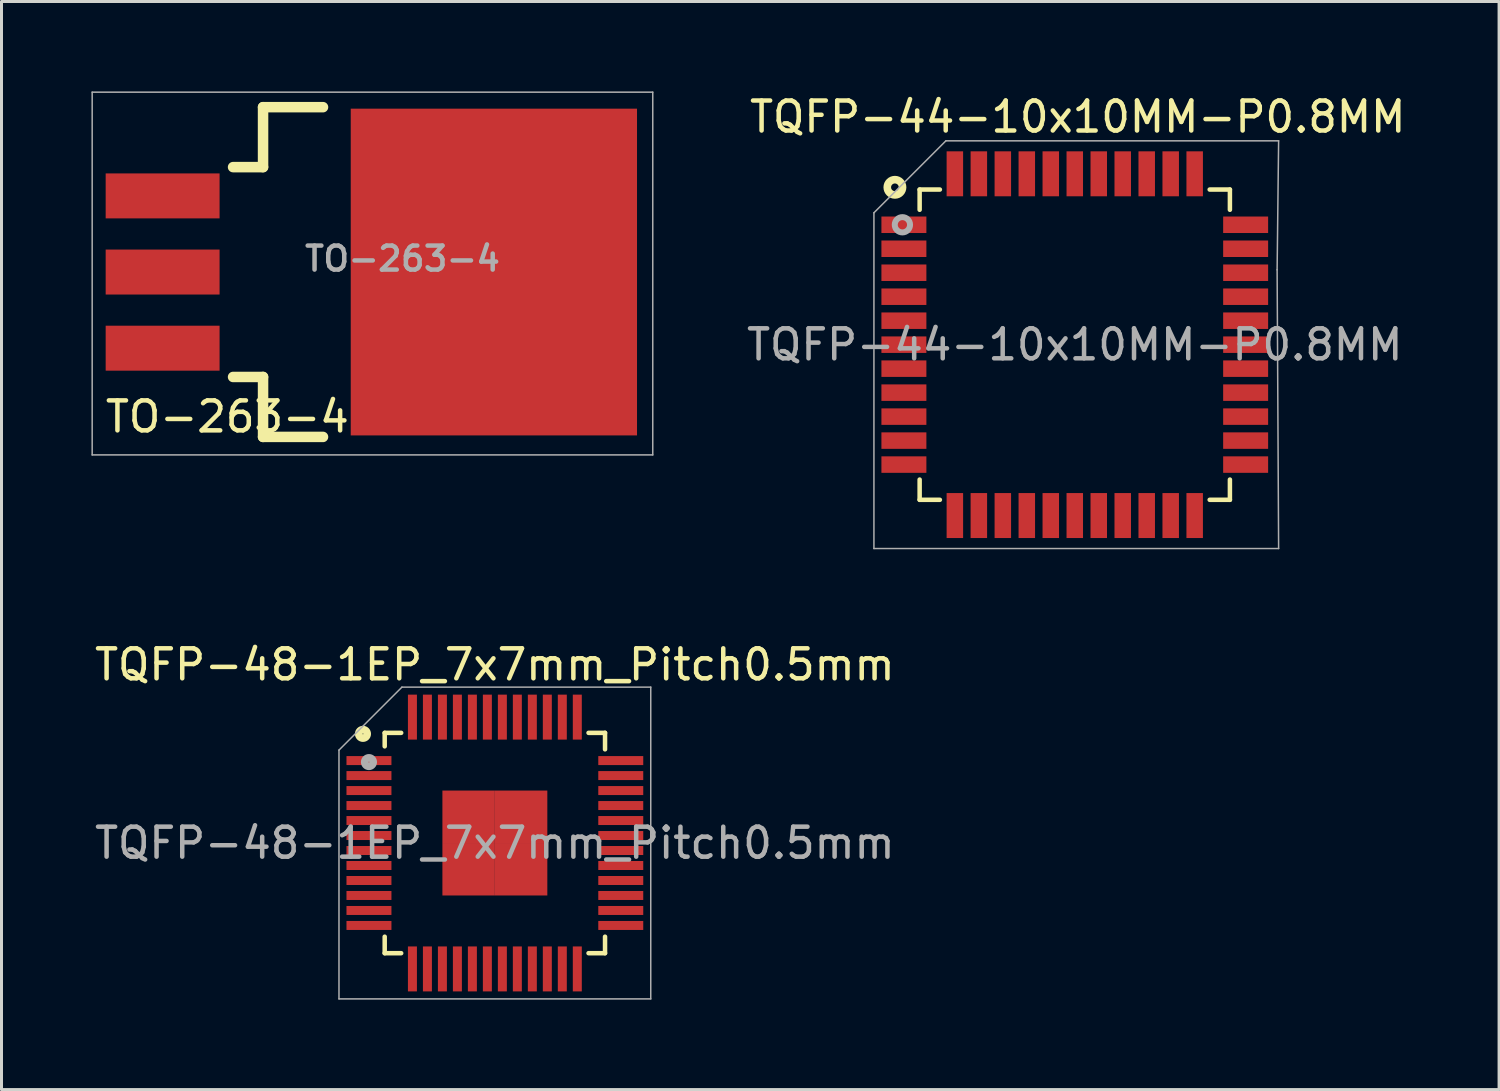
<source format=kicad_pcb>
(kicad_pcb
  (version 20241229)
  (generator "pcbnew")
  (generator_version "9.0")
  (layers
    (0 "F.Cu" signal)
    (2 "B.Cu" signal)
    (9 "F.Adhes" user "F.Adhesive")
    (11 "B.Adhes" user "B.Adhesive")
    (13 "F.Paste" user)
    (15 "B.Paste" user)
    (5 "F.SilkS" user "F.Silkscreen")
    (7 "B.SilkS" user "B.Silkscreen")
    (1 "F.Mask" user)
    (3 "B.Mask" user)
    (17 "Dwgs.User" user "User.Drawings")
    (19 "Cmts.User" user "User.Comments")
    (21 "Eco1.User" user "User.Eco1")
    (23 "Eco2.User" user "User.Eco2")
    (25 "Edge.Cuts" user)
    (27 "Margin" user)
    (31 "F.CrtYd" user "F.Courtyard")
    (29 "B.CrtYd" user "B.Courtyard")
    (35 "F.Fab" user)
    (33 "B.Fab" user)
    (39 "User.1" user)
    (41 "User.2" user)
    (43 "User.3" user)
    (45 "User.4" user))
  (footprint "TQFP-44-10x10MM-P0.8MM"
    (layer "F.Cu")
    (at 32.803 8.448)
    (property "Reference" "TQFP-44-10x10MM-P0.8MM" (at 0 0 0) (layer "F.Fab") (effects (font (size 1 1) (thickness 0.15))))
    (attr smd)
    (fp_line (start -5.175 -5.175) (end -5.175 -4.5) (stroke (width 0.15) (type solid)) (layer "F.SilkS"))
    (fp_line (start -5.175 -5.175) (end -4.5 -5.175) (stroke (width 0.15) (type solid)) (layer "F.SilkS"))
    (fp_line (start -5.175 5.175) (end -5.175 4.5) (stroke (width 0.15) (type solid)) (layer "F.SilkS"))
    (fp_line (start -5.175 5.175) (end -4.5 5.175) (stroke (width 0.15) (type solid)) (layer "F.SilkS"))
    (fp_line (start 5.175 -5.175) (end 4.5 -5.175) (stroke (width 0.15) (type solid)) (layer "F.SilkS"))
    (fp_line (start 5.175 -5.175) (end 5.175 -4.5) (stroke (width 0.15) (type solid)) (layer "F.SilkS"))
    (fp_line (start 5.175 5.175) (end 4.5 5.175) (stroke (width 0.15) (type solid)) (layer "F.SilkS"))
    (fp_line (start 5.175 5.175) (end 5.175 4.5) (stroke (width 0.15) (type solid)) (layer "F.SilkS"))
    (fp_circle (center -6 -5.25) (end -5.95 -5) (stroke (width 0.254) (type solid)) (fill no) (layer "F.SilkS"))
    (fp_line (start -6.7 6.8) (end -6.7 -4.4) (stroke (width 0.05) (type solid)) (layer "F.Fab"))
    (fp_line (start -4.3 -6.8) (end -6.7 -4.4) (stroke (width 0.05) (type solid)) (layer "F.Fab"))
    (fp_line (start -4.3 -6.8) (end 6.8 -6.8) (stroke (width 0.05) (type solid)) (layer "F.Fab"))
    (fp_line (start 6.75 -2.5) (end 6.8 6.8) (stroke (width 0.05) (type solid)) (layer "F.Fab"))
    (fp_line (start 6.8 -6.8) (end 6.75 -2.5) (stroke (width 0.05) (type solid)) (layer "F.Fab"))
    (fp_line (start 6.8 6.8) (end -6.7 6.8) (stroke (width 0.05) (type solid)) (layer "F.Fab"))
    (fp_circle (center -5.75 -4) (end -5.7 -3.75) (stroke (width 0.2) (type solid)) (fill no) (layer "F.Fab"))
    (fp_text user "${REFERENCE}" (at 0.1 -7.6 0) (layer "F.SilkS") (effects (font (size 1 1) (thickness 0.15))))
    (pad "1" smd rect (at -5.7 -4) (size 1.5 0.55) (layers "F.Cu" "F.Mask" "F.Paste"))
    (pad "2" smd rect (at -5.7 -3.2) (size 1.5 0.55) (layers "F.Cu" "F.Mask" "F.Paste"))
    (pad "3" smd rect (at -5.7 -2.4) (size 1.5 0.55) (layers "F.Cu" "F.Mask" "F.Paste"))
    (pad "4" smd rect (at -5.7 -1.6) (size 1.5 0.55) (layers "F.Cu" "F.Mask" "F.Paste"))
    (pad "5" smd rect (at -5.7 -0.8) (size 1.5 0.55) (layers "F.Cu" "F.Mask" "F.Paste"))
    (pad "6" smd rect (at -5.7 0) (size 1.5 0.55) (layers "F.Cu" "F.Mask" "F.Paste"))
    (pad "7" smd rect (at -5.7 0.8) (size 1.5 0.55) (layers "F.Cu" "F.Mask" "F.Paste"))
    (pad "8" smd rect (at -5.7 1.6) (size 1.5 0.55) (layers "F.Cu" "F.Mask" "F.Paste"))
    (pad "9" smd rect (at -5.7 2.4) (size 1.5 0.55) (layers "F.Cu" "F.Mask" "F.Paste"))
    (pad "10" smd rect (at -5.7 3.2) (size 1.5 0.55) (layers "F.Cu" "F.Mask" "F.Paste"))
    (pad "11" smd rect (at -5.7 4) (size 1.5 0.55) (layers "F.Cu" "F.Mask" "F.Paste"))
    (pad "12" smd rect (at -4 5.7 90) (size 1.5 0.55) (layers "F.Cu" "F.Mask" "F.Paste"))
    (pad "13" smd rect (at -3.2 5.7 90) (size 1.5 0.55) (layers "F.Cu" "F.Mask" "F.Paste"))
    (pad "14" smd rect (at -2.4 5.7 90) (size 1.5 0.55) (layers "F.Cu" "F.Mask" "F.Paste"))
    (pad "15" smd rect (at -1.6 5.7 90) (size 1.5 0.55) (layers "F.Cu" "F.Mask" "F.Paste"))
    (pad "16" smd rect (at -0.8 5.7 90) (size 1.5 0.55) (layers "F.Cu" "F.Mask" "F.Paste"))
    (pad "17" smd rect (at 0 5.7 90) (size 1.5 0.55) (layers "F.Cu" "F.Mask" "F.Paste"))
    (pad "18" smd rect (at 0.8 5.7 90) (size 1.5 0.55) (layers "F.Cu" "F.Mask" "F.Paste"))
    (pad "19" smd rect (at 1.6 5.7 90) (size 1.5 0.55) (layers "F.Cu" "F.Mask" "F.Paste"))
    (pad "20" smd rect (at 2.4 5.7 90) (size 1.5 0.55) (layers "F.Cu" "F.Mask" "F.Paste"))
    (pad "21" smd rect (at 3.2 5.7 90) (size 1.5 0.55) (layers "F.Cu" "F.Mask" "F.Paste"))
    (pad "22" smd rect (at 4 5.7 90) (size 1.5 0.55) (layers "F.Cu" "F.Mask" "F.Paste"))
    (pad "23" smd rect (at 5.7 4) (size 1.5 0.55) (layers "F.Cu" "F.Mask" "F.Paste"))
    (pad "24" smd rect (at 5.7 3.2) (size 1.5 0.55) (layers "F.Cu" "F.Mask" "F.Paste"))
    (pad "25" smd rect (at 5.7 2.4) (size 1.5 0.55) (layers "F.Cu" "F.Mask" "F.Paste"))
    (pad "26" smd rect (at 5.7 1.6) (size 1.5 0.55) (layers "F.Cu" "F.Mask" "F.Paste"))
    (pad "27" smd rect (at 5.7 0.8) (size 1.5 0.55) (layers "F.Cu" "F.Mask" "F.Paste"))
    (pad "28" smd rect (at 5.7 0) (size 1.5 0.55) (layers "F.Cu" "F.Mask" "F.Paste"))
    (pad "29" smd rect (at 5.7 -0.8) (size 1.5 0.55) (layers "F.Cu" "F.Mask" "F.Paste"))
    (pad "30" smd rect (at 5.7 -1.6) (size 1.5 0.55) (layers "F.Cu" "F.Mask" "F.Paste"))
    (pad "31" smd rect (at 5.7 -2.4) (size 1.5 0.55) (layers "F.Cu" "F.Mask" "F.Paste"))
    (pad "32" smd rect (at 5.7 -3.2) (size 1.5 0.55) (layers "F.Cu" "F.Mask" "F.Paste"))
    (pad "33" smd rect (at 5.7 -4) (size 1.5 0.55) (layers "F.Cu" "F.Mask" "F.Paste"))
    (pad "34" smd rect (at 4 -5.7 90) (size 1.5 0.55) (layers "F.Cu" "F.Mask" "F.Paste"))
    (pad "35" smd rect (at 3.2 -5.7 90) (size 1.5 0.55) (layers "F.Cu" "F.Mask" "F.Paste"))
    (pad "36" smd rect (at 2.4 -5.7 90) (size 1.5 0.55) (layers "F.Cu" "F.Mask" "F.Paste"))
    (pad "37" smd rect (at 1.6 -5.7 90) (size 1.5 0.55) (layers "F.Cu" "F.Mask" "F.Paste"))
    (pad "38" smd rect (at 0.8 -5.7 90) (size 1.5 0.55) (layers "F.Cu" "F.Mask" "F.Paste"))
    (pad "39" smd rect (at 0 -5.7 90) (size 1.5 0.55) (layers "F.Cu" "F.Mask" "F.Paste"))
    (pad "40" smd rect (at -0.8 -5.7 90) (size 1.5 0.55) (layers "F.Cu" "F.Mask" "F.Paste"))
    (pad "41" smd rect (at -1.6 -5.7 90) (size 1.5 0.55) (layers "F.Cu" "F.Mask" "F.Paste"))
    (pad "42" smd rect (at -2.4 -5.7 90) (size 1.5 0.55) (layers "F.Cu" "F.Mask" "F.Paste"))
    (pad "43" smd rect (at -3.2 -5.7 90) (size 1.5 0.55) (layers "F.Cu" "F.Mask" "F.Paste"))
    (pad "44" smd rect (at -4 -5.7 90) (size 1.5 0.55) (layers "F.Cu" "F.Mask" "F.Paste")))
  (footprint "TQFP-48-1EP_7x7mm_Pitch0.5mm"
    (layer "F.Cu")
    (at 13.458 25.072)
    (property "Reference" "TQFP-48-1EP_7x7mm_Pitch0.5mm" (at 0 -5.95 0) (layer "F.SilkS") (effects (font (size 1 1) (thickness 0.15))))
    (attr smd)
    (fp_line (start -3.675 -3.675) (end -3.675 -3.225) (stroke (width 0.15) (type solid)) (layer "F.SilkS"))
    (fp_line (start -3.675 -3.675) (end -3.125 -3.675) (stroke (width 0.15) (type solid)) (layer "F.SilkS"))
    (fp_line (start -3.675 3.675) (end -3.675 3.125) (stroke (width 0.15) (type solid)) (layer "F.SilkS"))
    (fp_line (start -3.675 3.675) (end -3.125 3.675) (stroke (width 0.15) (type solid)) (layer "F.SilkS"))
    (fp_line (start 3.675 -3.675) (end 3.125 -3.675) (stroke (width 0.15) (type solid)) (layer "F.SilkS"))
    (fp_line (start 3.675 -3.675) (end 3.675 -3.125) (stroke (width 0.15) (type solid)) (layer "F.SilkS"))
    (fp_line (start 3.675 3.675) (end 3.125 3.675) (stroke (width 0.15) (type solid)) (layer "F.SilkS"))
    (fp_line (start 3.675 3.675) (end 3.675 3.125) (stroke (width 0.15) (type solid)) (layer "F.SilkS"))
    (fp_circle (center -4.4 -3.641) (end -4.3 -3.541) (stroke (width 0.254) (type solid)) (fill no) (layer "F.SilkS"))
    (fp_line (start -5.2 -3.1) (end -5.2 5.2) (stroke (width 0.05) (type solid)) (layer "F.Fab"))
    (fp_line (start -5.2 5.2) (end 5.2 5.2) (stroke (width 0.05) (type solid)) (layer "F.Fab"))
    (fp_line (start -3.1 -5.2) (end -5.2 -3.1) (stroke (width 0.05) (type solid)) (layer "F.Fab"))
    (fp_line (start -3.1 -5.2) (end 5.2 -5.2) (stroke (width 0.05) (type solid)) (layer "F.Fab"))
    (fp_line (start 5.2 -5.2) (end 5.2 5.2) (stroke (width 0.05) (type solid)) (layer "F.Fab"))
    (fp_circle (center -4.2 -2.7) (end -4.1 -2.6) (stroke (width 0.254) (type solid)) (fill no) (layer "F.Fab"))
    (fp_text user "${REFERENCE}" (at 0 0 0) (layer "F.Fab") (effects (font (size 1 1) (thickness 0.15))))
    (pad "1" smd rect (at -4.2 -2.75) (size 1.5 0.3) (layers "F.Cu" "F.Mask" "F.Paste"))
    (pad "2" smd rect (at -4.2 -2.25) (size 1.5 0.3) (layers "F.Cu" "F.Mask" "F.Paste"))
    (pad "3" smd rect (at -4.2 -1.75) (size 1.5 0.3) (layers "F.Cu" "F.Mask" "F.Paste"))
    (pad "4" smd rect (at -4.2 -1.25) (size 1.5 0.3) (layers "F.Cu" "F.Mask" "F.Paste"))
    (pad "5" smd rect (at -4.2 -0.75) (size 1.5 0.3) (layers "F.Cu" "F.Mask" "F.Paste"))
    (pad "6" smd rect (at -4.2 -0.25) (size 1.5 0.3) (layers "F.Cu" "F.Mask" "F.Paste"))
    (pad "7" smd rect (at -4.2 0.25) (size 1.5 0.3) (layers "F.Cu" "F.Mask" "F.Paste"))
    (pad "8" smd rect (at -4.2 0.75) (size 1.5 0.3) (layers "F.Cu" "F.Mask" "F.Paste"))
    (pad "9" smd rect (at -4.2 1.25) (size 1.5 0.3) (layers "F.Cu" "F.Mask" "F.Paste"))
    (pad "10" smd rect (at -4.2 1.75) (size 1.5 0.3) (layers "F.Cu" "F.Mask" "F.Paste"))
    (pad "11" smd rect (at -4.2 2.25) (size 1.5 0.3) (layers "F.Cu" "F.Mask" "F.Paste"))
    (pad "12" smd rect (at -4.2 2.75) (size 1.5 0.3) (layers "F.Cu" "F.Mask" "F.Paste"))
    (pad "13" smd rect (at -2.75 4.2 90) (size 1.5 0.3) (layers "F.Cu" "F.Mask" "F.Paste"))
    (pad "14" smd rect (at -2.25 4.2 90) (size 1.5 0.3) (layers "F.Cu" "F.Mask" "F.Paste"))
    (pad "15" smd rect (at -1.75 4.2 90) (size 1.5 0.3) (layers "F.Cu" "F.Mask" "F.Paste"))
    (pad "16" smd rect (at -1.25 4.2 90) (size 1.5 0.3) (layers "F.Cu" "F.Mask" "F.Paste"))
    (pad "17" smd rect (at -0.75 4.2 90) (size 1.5 0.3) (layers "F.Cu" "F.Mask" "F.Paste"))
    (pad "18" smd rect (at -0.25 4.2 90) (size 1.5 0.3) (layers "F.Cu" "F.Mask" "F.Paste"))
    (pad "19" smd rect (at 0.25 4.2 90) (size 1.5 0.3) (layers "F.Cu" "F.Mask" "F.Paste"))
    (pad "20" smd rect (at 0.75 4.2 90) (size 1.5 0.3) (layers "F.Cu" "F.Mask" "F.Paste"))
    (pad "21" smd rect (at 1.25 4.2 90) (size 1.5 0.3) (layers "F.Cu" "F.Mask" "F.Paste"))
    (pad "22" smd rect (at 1.75 4.2 90) (size 1.5 0.3) (layers "F.Cu" "F.Mask" "F.Paste"))
    (pad "23" smd rect (at 2.25 4.2 90) (size 1.5 0.3) (layers "F.Cu" "F.Mask" "F.Paste"))
    (pad "24" smd rect (at 2.75 4.2 90) (size 1.5 0.3) (layers "F.Cu" "F.Mask" "F.Paste"))
    (pad "25" smd rect (at 4.2 2.75) (size 1.5 0.3) (layers "F.Cu" "F.Mask" "F.Paste"))
    (pad "26" smd rect (at 4.2 2.25) (size 1.5 0.3) (layers "F.Cu" "F.Mask" "F.Paste"))
    (pad "27" smd rect (at 4.2 1.75) (size 1.5 0.3) (layers "F.Cu" "F.Mask" "F.Paste"))
    (pad "28" smd rect (at 4.2 1.25) (size 1.5 0.3) (layers "F.Cu" "F.Mask" "F.Paste"))
    (pad "29" smd rect (at 4.2 0.75) (size 1.5 0.3) (layers "F.Cu" "F.Mask" "F.Paste"))
    (pad "30" smd rect (at 4.2 0.25) (size 1.5 0.3) (layers "F.Cu" "F.Mask" "F.Paste"))
    (pad "31" smd rect (at 4.2 -0.25) (size 1.5 0.3) (layers "F.Cu" "F.Mask" "F.Paste"))
    (pad "32" smd rect (at 4.2 -0.75) (size 1.5 0.3) (layers "F.Cu" "F.Mask" "F.Paste"))
    (pad "33" smd rect (at 4.2 -1.25) (size 1.5 0.3) (layers "F.Cu" "F.Mask" "F.Paste"))
    (pad "34" smd rect (at 4.2 -1.75) (size 1.5 0.3) (layers "F.Cu" "F.Mask" "F.Paste"))
    (pad "35" smd rect (at 4.2 -2.25) (size 1.5 0.3) (layers "F.Cu" "F.Mask" "F.Paste"))
    (pad "36" smd rect (at 4.2 -2.75) (size 1.5 0.3) (layers "F.Cu" "F.Mask" "F.Paste"))
    (pad "37" smd rect (at 2.75 -4.2 90) (size 1.5 0.3) (layers "F.Cu" "F.Mask" "F.Paste"))
    (pad "38" smd rect (at 2.25 -4.2 90) (size 1.5 0.3) (layers "F.Cu" "F.Mask" "F.Paste"))
    (pad "39" smd rect (at 1.75 -4.2 90) (size 1.5 0.3) (layers "F.Cu" "F.Mask" "F.Paste"))
    (pad "40" smd rect (at 1.25 -4.2 90) (size 1.5 0.3) (layers "F.Cu" "F.Mask" "F.Paste"))
    (pad "41" smd rect (at 0.75 -4.2 90) (size 1.5 0.3) (layers "F.Cu" "F.Mask" "F.Paste"))
    (pad "42" smd rect (at 0.25 -4.2 90) (size 1.5 0.3) (layers "F.Cu" "F.Mask" "F.Paste"))
    (pad "43" smd rect (at -0.25 -4.2 90) (size 1.5 0.3) (layers "F.Cu" "F.Mask" "F.Paste"))
    (pad "44" smd rect (at -0.75 -4.2 90) (size 1.5 0.3) (layers "F.Cu" "F.Mask" "F.Paste"))
    (pad "45" smd rect (at -1.25 -4.2 90) (size 1.5 0.3) (layers "F.Cu" "F.Mask" "F.Paste"))
    (pad "46" smd rect (at -1.75 -4.2 90) (size 1.5 0.3) (layers "F.Cu" "F.Mask" "F.Paste"))
    (pad "47" smd rect (at -2.25 -4.2 90) (size 1.5 0.3) (layers "F.Cu" "F.Mask" "F.Paste"))
    (pad "48" smd rect (at -2.75 -4.2 90) (size 1.5 0.3) (layers "F.Cu" "F.Mask" "F.Paste"))
    (pad "49" smd rect (at -0.875 -0.875) (size 1.75 1.75) (layers "F.Cu" "F.Mask" "F.Paste"))
    (pad "49" smd rect (at -0.875 0.875) (size 1.75 1.75) (layers "F.Cu" "F.Mask" "F.Paste"))
    (pad "49" smd rect (at 0.875 -0.875) (size 1.75 1.75) (layers "F.Cu" "F.Mask" "F.Paste"))
    (pad "49" smd rect (at 0.875 0.875) (size 1.75 1.75) (layers "F.Cu" "F.Mask" "F.Paste")))
  (footprint "TO-263-4"
    (layer "F.Cu")
    (at 8.725 6.025)
    (property "Reference" "TO-263-4" (at 1.651 -0.445 0) (layer "F.Fab") (effects (font (size 0.8 0.8) (thickness 0.15))))
    (attr smd)
    (fp_line (start -3 -5.5) (end -3 -3.5) (stroke (width 0.35) (type solid)) (layer "F.SilkS"))
    (fp_line (start -3 -3.5) (end -4 -3.5) (stroke (width 0.35) (type solid)) (layer "F.SilkS"))
    (fp_line (start -3 3.5) (end -4 3.5) (stroke (width 0.35) (type solid)) (layer "F.SilkS"))
    (fp_line (start -3 5.5) (end -3 3.5) (stroke (width 0.35) (type solid)) (layer "F.SilkS"))
    (fp_line (start -1 -5.5) (end -3 -5.5) (stroke (width 0.35) (type solid)) (layer "F.SilkS"))
    (fp_line (start -1 5.5) (end -3 5.5) (stroke (width 0.35) (type solid)) (layer "F.SilkS"))
    (fp_line (start -8.7 -6) (end -8.7 6.1) (stroke (width 0.05) (type solid)) (layer "F.Fab"))
    (fp_line (start -8.7 6.1) (end 10 6.1) (stroke (width 0.05) (type solid)) (layer "F.Fab"))
    (fp_line (start 10 -6) (end -8.7 -6) (stroke (width 0.05) (type solid)) (layer "F.Fab"))
    (fp_line (start 10 6.1) (end 10 -6) (stroke (width 0.05) (type solid)) (layer "F.Fab"))
    (fp_text user "${REFERENCE}" (at -4.191 4.826 180) (layer "F.SilkS") (effects (font (size 1 1) (thickness 0.15))))
    (pad "" smd rect (at 1.5 -3 180) (size 2.3 2.3) (layers "F.Paste"))
    (pad "" smd rect (at 1.5 0 180) (size 2.3 2.3) (layers "F.Paste"))
    (pad "" smd rect (at 1.5 3 180) (size 2.3 2.3) (layers "F.Paste"))
    (pad "" smd rect (at 5 -3 180) (size 2.3 2.3) (layers "F.Paste"))
    (pad "" smd rect (at 5 0 180) (size 2.3 2.3) (layers "F.Paste"))
    (pad "" smd rect (at 5 3 180) (size 2.3 2.3) (layers "F.Paste"))
    (pad "1" smd rect (at -6.35 -2.54 180) (size 3.8 1.5) (layers "F.Cu" "F.Mask" "F.Paste"))
    (pad "2" smd rect (at -6.35 0 180) (size 3.8 1.5) (layers "F.Cu" "F.Mask" "F.Paste"))
    (pad "2" smd rect (at 4.7 0 180) (size 9.55 10.9) (layers "F.Cu" "F.Mask"))
    (pad "3" smd rect (at -6.35 2.54 180) (size 3.8 1.5) (layers "F.Cu" "F.Mask" "F.Paste")))
  (gr_rect
    (start -3 -3)
    (end 46.957 33.297)
    (stroke (width 0.1) (type default))
    (fill no)
    (layer "Edge.Cuts")))
</source>
